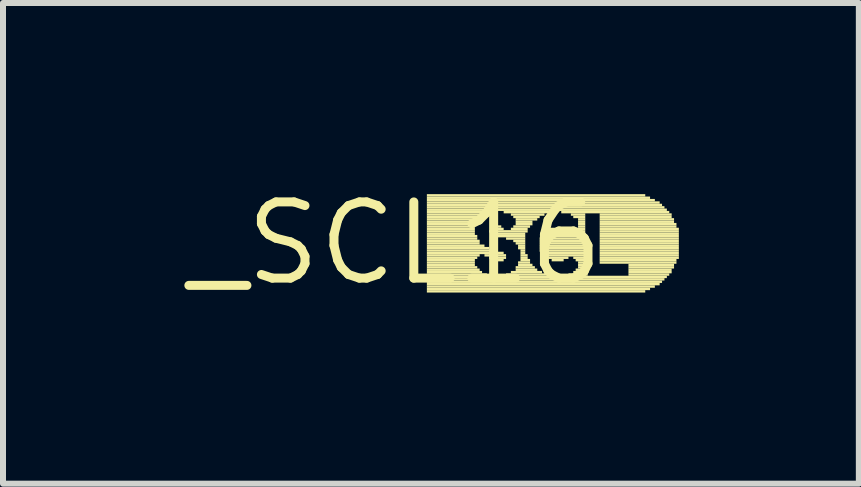
<source format=kicad_pcb>
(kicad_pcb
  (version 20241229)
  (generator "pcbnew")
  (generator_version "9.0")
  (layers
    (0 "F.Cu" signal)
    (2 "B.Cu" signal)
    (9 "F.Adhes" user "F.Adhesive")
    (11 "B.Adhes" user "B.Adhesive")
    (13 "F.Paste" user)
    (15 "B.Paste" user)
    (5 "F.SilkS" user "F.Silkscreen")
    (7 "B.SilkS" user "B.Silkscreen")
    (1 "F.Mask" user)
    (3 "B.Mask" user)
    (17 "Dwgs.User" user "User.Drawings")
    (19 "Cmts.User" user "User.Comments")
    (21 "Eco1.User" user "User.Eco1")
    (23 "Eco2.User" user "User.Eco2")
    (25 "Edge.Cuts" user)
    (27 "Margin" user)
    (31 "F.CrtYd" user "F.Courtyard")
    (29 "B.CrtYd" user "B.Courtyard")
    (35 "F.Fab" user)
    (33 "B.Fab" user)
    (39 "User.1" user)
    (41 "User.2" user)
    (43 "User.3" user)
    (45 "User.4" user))
  (footprint "_SCL16"
    (layer "F.Cu")
    (at 3.545 1.006)
    (property "Reference" "_SCL16" (at 0 0 0) (layer "F.SilkS") (effects (font (size 1.27 1.27) (thickness 0.15))))
    (fp_poly (pts (xy 0.52 -0.78) (xy 4.16 -0.78) (xy 4.16 -0.82) (xy 0.52 -0.82)) (stroke (width 0) (type default)) (fill yes) (layer "F.SilkS"))
    (fp_poly (pts (xy 0.52 -0.74) (xy 4.24 -0.74) (xy 4.24 -0.78) (xy 0.52 -0.78)) (stroke (width 0) (type default)) (fill yes) (layer "F.SilkS"))
    (fp_poly (pts (xy 0.52 -0.7) (xy 4.32 -0.7) (xy 4.32 -0.74) (xy 0.52 -0.74)) (stroke (width 0) (type default)) (fill yes) (layer "F.SilkS"))
    (fp_poly (pts (xy 0.52 -0.66) (xy 4.4 -0.66) (xy 4.4 -0.7) (xy 0.52 -0.7)) (stroke (width 0) (type default)) (fill yes) (layer "F.SilkS"))
    (fp_poly (pts (xy 0.52 -0.62) (xy 4.44 -0.62) (xy 4.44 -0.66) (xy 0.52 -0.66)) (stroke (width 0) (type default)) (fill yes) (layer "F.SilkS"))
    (fp_poly (pts (xy 0.52 -0.58) (xy 4.48 -0.58) (xy 4.48 -0.62) (xy 0.52 -0.62)) (stroke (width 0) (type default)) (fill yes) (layer "F.SilkS"))
    (fp_poly (pts (xy 0.52 -0.54) (xy 4.52 -0.54) (xy 4.52 -0.58) (xy 0.52 -0.58)) (stroke (width 0) (type default)) (fill yes) (layer "F.SilkS"))
    (fp_poly (pts (xy 0.52 -0.5) (xy 1.56 -0.5) (xy 1.56 -0.54) (xy 0.52 -0.54)) (stroke (width 0) (type default)) (fill yes) (layer "F.SilkS"))
    (fp_poly (pts (xy 0.52 -0.46) (xy 1.48 -0.46) (xy 1.48 -0.5) (xy 0.52 -0.5)) (stroke (width 0) (type default)) (fill yes) (layer "F.SilkS"))
    (fp_poly (pts (xy 0.52 -0.42) (xy 1.44 -0.42) (xy 1.44 -0.46) (xy 0.52 -0.46)) (stroke (width 0) (type default)) (fill yes) (layer "F.SilkS"))
    (fp_poly (pts (xy 0.52 -0.38) (xy 1.4 -0.38) (xy 1.4 -0.42) (xy 0.52 -0.42)) (stroke (width 0) (type default)) (fill yes) (layer "F.SilkS"))
    (fp_poly (pts (xy 0.52 -0.34) (xy 1.36 -0.34) (xy 1.36 -0.38) (xy 0.52 -0.38)) (stroke (width 0) (type default)) (fill yes) (layer "F.SilkS"))
    (fp_poly (pts (xy 0.52 -0.3) (xy 1.36 -0.3) (xy 1.36 -0.34) (xy 0.52 -0.34)) (stroke (width 0) (type default)) (fill yes) (layer "F.SilkS"))
    (fp_poly (pts (xy 0.52 -0.26) (xy 1.32 -0.26) (xy 1.32 -0.3) (xy 0.52 -0.3)) (stroke (width 0) (type default)) (fill yes) (layer "F.SilkS"))
    (fp_poly (pts (xy 0.52 -0.22) (xy 1.32 -0.22) (xy 1.32 -0.26) (xy 0.52 -0.26)) (stroke (width 0) (type default)) (fill yes) (layer "F.SilkS"))
    (fp_poly (pts (xy 0.52 -0.18) (xy 1.32 -0.18) (xy 1.32 -0.22) (xy 0.52 -0.22)) (stroke (width 0) (type default)) (fill yes) (layer "F.SilkS"))
    (fp_poly (pts (xy 0.52 -0.14) (xy 1.32 -0.14) (xy 1.32 -0.18) (xy 0.52 -0.18)) (stroke (width 0) (type default)) (fill yes) (layer "F.SilkS"))
    (fp_poly (pts (xy 0.52 -0.1) (xy 1.36 -0.1) (xy 1.36 -0.14) (xy 0.52 -0.14)) (stroke (width 0) (type default)) (fill yes) (layer "F.SilkS"))
    (fp_poly (pts (xy 0.52 -0.06) (xy 1.36 -0.06) (xy 1.36 -0.1) (xy 0.52 -0.1)) (stroke (width 0) (type default)) (fill yes) (layer "F.SilkS"))
    (fp_poly (pts (xy 0.52 -0.02) (xy 1.4 -0.02) (xy 1.4 -0.06) (xy 0.52 -0.06)) (stroke (width 0) (type default)) (fill yes) (layer "F.SilkS"))
    (fp_poly (pts (xy 0.52 0.02) (xy 1.4 0.02) (xy 1.4 -0.02) (xy 0.52 -0.02)) (stroke (width 0) (type default)) (fill yes) (layer "F.SilkS"))
    (fp_poly (pts (xy 0.52 0.06) (xy 1.48 0.06) (xy 1.48 0.02) (xy 0.52 0.02)) (stroke (width 0) (type default)) (fill yes) (layer "F.SilkS"))
    (fp_poly (pts (xy 0.52 0.1) (xy 1.56 0.1) (xy 1.56 0.06) (xy 0.52 0.06)) (stroke (width 0) (type default)) (fill yes) (layer "F.SilkS"))
    (fp_poly (pts (xy 0.52 0.14) (xy 1.68 0.14) (xy 1.68 0.1) (xy 0.52 0.1)) (stroke (width 0) (type default)) (fill yes) (layer "F.SilkS"))
    (fp_poly (pts (xy 0.52 0.18) (xy 1.8 0.18) (xy 1.8 0.14) (xy 0.52 0.14)) (stroke (width 0) (type default)) (fill yes) (layer "F.SilkS"))
    (fp_poly (pts (xy 0.52 0.22) (xy 1.4 0.22) (xy 1.4 0.18) (xy 0.52 0.18)) (stroke (width 0) (type default)) (fill yes) (layer "F.SilkS"))
    (fp_poly (pts (xy 0.52 0.26) (xy 1.36 0.26) (xy 1.36 0.22) (xy 0.52 0.22)) (stroke (width 0) (type default)) (fill yes) (layer "F.SilkS"))
    (fp_poly (pts (xy 0.52 0.3) (xy 1.32 0.3) (xy 1.32 0.26) (xy 0.52 0.26)) (stroke (width 0) (type default)) (fill yes) (layer "F.SilkS"))
    (fp_poly (pts (xy 0.52 0.34) (xy 1.32 0.34) (xy 1.32 0.3) (xy 0.52 0.3)) (stroke (width 0) (type default)) (fill yes) (layer "F.SilkS"))
    (fp_poly (pts (xy 0.52 0.38) (xy 1.32 0.38) (xy 1.32 0.34) (xy 0.52 0.34)) (stroke (width 0) (type default)) (fill yes) (layer "F.SilkS"))
    (fp_poly (pts (xy 0.52 0.42) (xy 1.36 0.42) (xy 1.36 0.38) (xy 0.52 0.38)) (stroke (width 0) (type default)) (fill yes) (layer "F.SilkS"))
    (fp_poly (pts (xy 0.52 0.46) (xy 1.4 0.46) (xy 1.4 0.42) (xy 0.52 0.42)) (stroke (width 0) (type default)) (fill yes) (layer "F.SilkS"))
    (fp_poly (pts (xy 0.52 0.5) (xy 1.44 0.5) (xy 1.44 0.46) (xy 0.52 0.46)) (stroke (width 0) (type default)) (fill yes) (layer "F.SilkS"))
    (fp_poly (pts (xy 0.52 0.54) (xy 1.52 0.54) (xy 1.52 0.5) (xy 0.52 0.5)) (stroke (width 0) (type default)) (fill yes) (layer "F.SilkS"))
    (fp_poly (pts (xy 0.52 0.58) (xy 4.52 0.58) (xy 4.52 0.54) (xy 0.52 0.54)) (stroke (width 0) (type default)) (fill yes) (layer "F.SilkS"))
    (fp_poly (pts (xy 0.52 0.62) (xy 4.48 0.62) (xy 4.48 0.58) (xy 0.52 0.58)) (stroke (width 0) (type default)) (fill yes) (layer "F.SilkS"))
    (fp_poly (pts (xy 0.52 0.66) (xy 4.44 0.66) (xy 4.44 0.62) (xy 0.52 0.62)) (stroke (width 0) (type default)) (fill yes) (layer "F.SilkS"))
    (fp_poly (pts (xy 0.52 0.7) (xy 4.4 0.7) (xy 4.4 0.66) (xy 0.52 0.66)) (stroke (width 0) (type default)) (fill yes) (layer "F.SilkS"))
    (fp_poly (pts (xy 0.52 0.74) (xy 4.32 0.74) (xy 4.32 0.7) (xy 0.52 0.7)) (stroke (width 0) (type default)) (fill yes) (layer "F.SilkS"))
    (fp_poly (pts (xy 0.52 0.78) (xy 4.24 0.78) (xy 4.24 0.74) (xy 0.52 0.74)) (stroke (width 0) (type default)) (fill yes) (layer "F.SilkS"))
    (fp_poly (pts (xy 0.52 0.82) (xy 4.16 0.82) (xy 4.16 0.78) (xy 0.52 0.78)) (stroke (width 0) (type default)) (fill yes) (layer "F.SilkS"))
    (fp_poly (pts (xy 1.48 0.22) (xy 1.84 0.22) (xy 1.84 0.18) (xy 1.48 0.18)) (stroke (width 0) (type default)) (fill yes) (layer "F.SilkS"))
    (fp_poly (pts (xy 1.56 -0.18) (xy 2.2 -0.18) (xy 2.2 -0.22) (xy 1.56 -0.22)) (stroke (width 0) (type default)) (fill yes) (layer "F.SilkS"))
    (fp_poly (pts (xy 1.56 0.26) (xy 1.84 0.26) (xy 1.84 0.22) (xy 1.56 0.22)) (stroke (width 0) (type default)) (fill yes) (layer "F.SilkS"))
    (fp_poly (pts (xy 1.6 -0.26) (xy 1.76 -0.26) (xy 1.76 -0.3) (xy 1.6 -0.3)) (stroke (width 0) (type default)) (fill yes) (layer "F.SilkS"))
    (fp_poly (pts (xy 1.6 -0.22) (xy 1.8 -0.22) (xy 1.8 -0.26) (xy 1.6 -0.26)) (stroke (width 0) (type default)) (fill yes) (layer "F.SilkS"))
    (fp_poly (pts (xy 1.6 -0.14) (xy 2.16 -0.14) (xy 2.16 -0.18) (xy 1.6 -0.18)) (stroke (width 0) (type default)) (fill yes) (layer "F.SilkS"))
    (fp_poly (pts (xy 1.6 0.3) (xy 1.8 0.3) (xy 1.8 0.26) (xy 1.6 0.26)) (stroke (width 0) (type default)) (fill yes) (layer "F.SilkS"))
    (fp_poly (pts (xy 1.68 -0.1) (xy 2.16 -0.1) (xy 2.16 -0.14) (xy 1.68 -0.14)) (stroke (width 0) (type default)) (fill yes) (layer "F.SilkS"))
    (fp_poly (pts (xy 1.8 -0.5) (xy 2.64 -0.5) (xy 2.64 -0.54) (xy 1.8 -0.54)) (stroke (width 0) (type default)) (fill yes) (layer "F.SilkS"))
    (fp_poly (pts (xy 1.84 -0.06) (xy 2.16 -0.06) (xy 2.16 -0.1) (xy 1.84 -0.1)) (stroke (width 0) (type default)) (fill yes) (layer "F.SilkS"))
    (fp_poly (pts (xy 1.84 0.54) (xy 2.52 0.54) (xy 2.52 0.5) (xy 1.84 0.5)) (stroke (width 0) (type default)) (fill yes) (layer "F.SilkS"))
    (fp_poly (pts (xy 1.92 -0.46) (xy 2.48 -0.46) (xy 2.48 -0.5) (xy 1.92 -0.5)) (stroke (width 0) (type default)) (fill yes) (layer "F.SilkS"))
    (fp_poly (pts (xy 1.92 -0.22) (xy 2.2 -0.22) (xy 2.2 -0.26) (xy 1.92 -0.26)) (stroke (width 0) (type default)) (fill yes) (layer "F.SilkS"))
    (fp_poly (pts (xy 1.92 0.5) (xy 2.44 0.5) (xy 2.44 0.46) (xy 1.92 0.46)) (stroke (width 0) (type default)) (fill yes) (layer "F.SilkS"))
    (fp_poly (pts (xy 1.96 -0.42) (xy 2.4 -0.42) (xy 2.4 -0.46) (xy 1.96 -0.46)) (stroke (width 0) (type default)) (fill yes) (layer "F.SilkS"))
    (fp_poly (pts (xy 1.96 -0.26) (xy 2.24 -0.26) (xy 2.24 -0.3) (xy 1.96 -0.3)) (stroke (width 0) (type default)) (fill yes) (layer "F.SilkS"))
    (fp_poly (pts (xy 1.96 -0.02) (xy 2.16 -0.02) (xy 2.16 -0.06) (xy 1.96 -0.06)) (stroke (width 0) (type default)) (fill yes) (layer "F.SilkS"))
    (fp_poly (pts (xy 2 -0.38) (xy 2.36 -0.38) (xy 2.36 -0.42) (xy 2 -0.42)) (stroke (width 0) (type default)) (fill yes) (layer "F.SilkS"))
    (fp_poly (pts (xy 2 -0.34) (xy 2.28 -0.34) (xy 2.28 -0.38) (xy 2 -0.38)) (stroke (width 0) (type default)) (fill yes) (layer "F.SilkS"))
    (fp_poly (pts (xy 2 -0.3) (xy 2.28 -0.3) (xy 2.28 -0.34) (xy 2 -0.34)) (stroke (width 0) (type default)) (fill yes) (layer "F.SilkS"))
    (fp_poly (pts (xy 2 0.02) (xy 2.16 0.02) (xy 2.16 -0.02) (xy 2 -0.02)) (stroke (width 0) (type default)) (fill yes) (layer "F.SilkS"))
    (fp_poly (pts (xy 2 0.42) (xy 2.32 0.42) (xy 2.32 0.38) (xy 2 0.38)) (stroke (width 0) (type default)) (fill yes) (layer "F.SilkS"))
    (fp_poly (pts (xy 2 0.46) (xy 2.36 0.46) (xy 2.36 0.42) (xy 2 0.42)) (stroke (width 0) (type default)) (fill yes) (layer "F.SilkS"))
    (fp_poly (pts (xy 2.04 0.06) (xy 2.16 0.06) (xy 2.16 0.02) (xy 2.04 0.02)) (stroke (width 0) (type default)) (fill yes) (layer "F.SilkS"))
    (fp_poly (pts (xy 2.04 0.1) (xy 2.16 0.1) (xy 2.16 0.06) (xy 2.04 0.06)) (stroke (width 0) (type default)) (fill yes) (layer "F.SilkS"))
    (fp_poly (pts (xy 2.04 0.34) (xy 2.24 0.34) (xy 2.24 0.3) (xy 2.04 0.3)) (stroke (width 0) (type default)) (fill yes) (layer "F.SilkS"))
    (fp_poly (pts (xy 2.04 0.38) (xy 2.28 0.38) (xy 2.28 0.34) (xy 2.04 0.34)) (stroke (width 0) (type default)) (fill yes) (layer "F.SilkS"))
    (fp_poly (pts (xy 2.08 0.14) (xy 2.16 0.14) (xy 2.16 0.1) (xy 2.08 0.1)) (stroke (width 0) (type default)) (fill yes) (layer "F.SilkS"))
    (fp_poly (pts (xy 2.08 0.18) (xy 2.16 0.18) (xy 2.16 0.14) (xy 2.08 0.14)) (stroke (width 0) (type default)) (fill yes) (layer "F.SilkS"))
    (fp_poly (pts (xy 2.08 0.22) (xy 2.2 0.22) (xy 2.2 0.18) (xy 2.08 0.18)) (stroke (width 0) (type default)) (fill yes) (layer "F.SilkS"))
    (fp_poly (pts (xy 2.08 0.26) (xy 2.2 0.26) (xy 2.2 0.22) (xy 2.08 0.22)) (stroke (width 0) (type default)) (fill yes) (layer "F.SilkS"))
    (fp_poly (pts (xy 2.08 0.3) (xy 2.24 0.3) (xy 2.24 0.26) (xy 2.08 0.26)) (stroke (width 0) (type default)) (fill yes) (layer "F.SilkS"))
    (fp_poly (pts (xy 2.4 -0.06) (xy 3.16 -0.06) (xy 3.16 -0.1) (xy 2.4 -0.1)) (stroke (width 0) (type default)) (fill yes) (layer "F.SilkS"))
    (fp_poly (pts (xy 2.4 -0.02) (xy 3.16 -0.02) (xy 3.16 -0.06) (xy 2.4 -0.06)) (stroke (width 0) (type default)) (fill yes) (layer "F.SilkS"))
    (fp_poly (pts (xy 2.4 0.02) (xy 3.16 0.02) (xy 3.16 -0.02) (xy 2.4 -0.02)) (stroke (width 0) (type default)) (fill yes) (layer "F.SilkS"))
    (fp_poly (pts (xy 2.4 0.06) (xy 3.16 0.06) (xy 3.16 0.02) (xy 2.4 0.02)) (stroke (width 0) (type default)) (fill yes) (layer "F.SilkS"))
    (fp_poly (pts (xy 2.4 0.1) (xy 3.16 0.1) (xy 3.16 0.06) (xy 2.4 0.06)) (stroke (width 0) (type default)) (fill yes) (layer "F.SilkS"))
    (fp_poly (pts (xy 2.4 0.14) (xy 3.16 0.14) (xy 3.16 0.1) (xy 2.4 0.1)) (stroke (width 0) (type default)) (fill yes) (layer "F.SilkS"))
    (fp_poly (pts (xy 2.44 -0.14) (xy 3.16 -0.14) (xy 3.16 -0.18) (xy 2.44 -0.18)) (stroke (width 0) (type default)) (fill yes) (layer "F.SilkS"))
    (fp_poly (pts (xy 2.44 -0.1) (xy 3.16 -0.1) (xy 3.16 -0.14) (xy 2.44 -0.14)) (stroke (width 0) (type default)) (fill yes) (layer "F.SilkS"))
    (fp_poly (pts (xy 2.44 0.18) (xy 3.16 0.18) (xy 3.16 0.14) (xy 2.44 0.14)) (stroke (width 0) (type default)) (fill yes) (layer "F.SilkS"))
    (fp_poly (pts (xy 2.48 -0.18) (xy 2.88 -0.18) (xy 2.88 -0.22) (xy 2.48 -0.22)) (stroke (width 0) (type default)) (fill yes) (layer "F.SilkS"))
    (fp_poly (pts (xy 2.48 0.22) (xy 3.16 0.22) (xy 3.16 0.18) (xy 2.48 0.18)) (stroke (width 0) (type default)) (fill yes) (layer "F.SilkS"))
    (fp_poly (pts (xy 2.52 0.26) (xy 2.88 0.26) (xy 2.88 0.22) (xy 2.52 0.22)) (stroke (width 0) (type default)) (fill yes) (layer "F.SilkS"))
    (fp_poly (pts (xy 2.56 -0.22) (xy 2.84 -0.22) (xy 2.84 -0.26) (xy 2.56 -0.26)) (stroke (width 0) (type default)) (fill yes) (layer "F.SilkS"))
    (fp_poly (pts (xy 2.6 0.3) (xy 2.8 0.3) (xy 2.8 0.26) (xy 2.6 0.26)) (stroke (width 0) (type default)) (fill yes) (layer "F.SilkS"))
    (fp_poly (pts (xy 2.76 -0.5) (xy 4.56 -0.5) (xy 4.56 -0.54) (xy 2.76 -0.54)) (stroke (width 0) (type default)) (fill yes) (layer "F.SilkS"))
    (fp_poly (pts (xy 2.88 0.54) (xy 3.2 0.54) (xy 3.2 0.5) (xy 2.88 0.5)) (stroke (width 0) (type default)) (fill yes) (layer "F.SilkS"))
    (fp_poly (pts (xy 2.92 -0.46) (xy 3.16 -0.46) (xy 3.16 -0.5) (xy 2.92 -0.5)) (stroke (width 0) (type default)) (fill yes) (layer "F.SilkS"))
    (fp_poly (pts (xy 2.96 -0.42) (xy 3.16 -0.42) (xy 3.16 -0.46) (xy 2.96 -0.46)) (stroke (width 0) (type default)) (fill yes) (layer "F.SilkS"))
    (fp_poly (pts (xy 2.96 -0.18) (xy 3.16 -0.18) (xy 3.16 -0.22) (xy 2.96 -0.22)) (stroke (width 0) (type default)) (fill yes) (layer "F.SilkS"))
    (fp_poly (pts (xy 2.96 0.26) (xy 3.16 0.26) (xy 3.16 0.22) (xy 2.96 0.22)) (stroke (width 0) (type default)) (fill yes) (layer "F.SilkS"))
    (fp_poly (pts (xy 2.96 0.5) (xy 3.16 0.5) (xy 3.16 0.46) (xy 2.96 0.46)) (stroke (width 0) (type default)) (fill yes) (layer "F.SilkS"))
    (fp_poly (pts (xy 3 -0.22) (xy 3.16 -0.22) (xy 3.16 -0.26) (xy 3 -0.26)) (stroke (width 0) (type default)) (fill yes) (layer "F.SilkS"))
    (fp_poly (pts (xy 3 0.3) (xy 3.16 0.3) (xy 3.16 0.26) (xy 3 0.26)) (stroke (width 0) (type default)) (fill yes) (layer "F.SilkS"))
    (fp_poly (pts (xy 3 0.46) (xy 3.16 0.46) (xy 3.16 0.42) (xy 3 0.42)) (stroke (width 0) (type default)) (fill yes) (layer "F.SilkS"))
    (fp_poly (pts (xy 3.04 -0.38) (xy 3.16 -0.38) (xy 3.16 -0.42) (xy 3.04 -0.42)) (stroke (width 0) (type default)) (fill yes) (layer "F.SilkS"))
    (fp_poly (pts (xy 3.04 -0.34) (xy 3.16 -0.34) (xy 3.16 -0.38) (xy 3.04 -0.38)) (stroke (width 0) (type default)) (fill yes) (layer "F.SilkS"))
    (fp_poly (pts (xy 3.04 -0.3) (xy 3.16 -0.3) (xy 3.16 -0.34) (xy 3.04 -0.34)) (stroke (width 0) (type default)) (fill yes) (layer "F.SilkS"))
    (fp_poly (pts (xy 3.04 -0.26) (xy 3.16 -0.26) (xy 3.16 -0.3) (xy 3.04 -0.3)) (stroke (width 0) (type default)) (fill yes) (layer "F.SilkS"))
    (fp_poly (pts (xy 3.04 0.34) (xy 3.16 0.34) (xy 3.16 0.3) (xy 3.04 0.3)) (stroke (width 0) (type default)) (fill yes) (layer "F.SilkS"))
    (fp_poly (pts (xy 3.04 0.38) (xy 3.16 0.38) (xy 3.16 0.34) (xy 3.04 0.34)) (stroke (width 0) (type default)) (fill yes) (layer "F.SilkS"))
    (fp_poly (pts (xy 3.04 0.42) (xy 3.16 0.42) (xy 3.16 0.38) (xy 3.04 0.38)) (stroke (width 0) (type default)) (fill yes) (layer "F.SilkS"))
    (fp_poly (pts (xy 3.4 -0.46) (xy 4.6 -0.46) (xy 4.6 -0.5) (xy 3.4 -0.5)) (stroke (width 0) (type default)) (fill yes) (layer "F.SilkS"))
    (fp_poly (pts (xy 3.4 -0.42) (xy 4.6 -0.42) (xy 4.6 -0.46) (xy 3.4 -0.46)) (stroke (width 0) (type default)) (fill yes) (layer "F.SilkS"))
    (fp_poly (pts (xy 3.4 -0.38) (xy 4.64 -0.38) (xy 4.64 -0.42) (xy 3.4 -0.42)) (stroke (width 0) (type default)) (fill yes) (layer "F.SilkS"))
    (fp_poly (pts (xy 3.4 -0.34) (xy 4.64 -0.34) (xy 4.64 -0.38) (xy 3.4 -0.38)) (stroke (width 0) (type default)) (fill yes) (layer "F.SilkS"))
    (fp_poly (pts (xy 3.4 -0.3) (xy 4.68 -0.3) (xy 4.68 -0.34) (xy 3.4 -0.34)) (stroke (width 0) (type default)) (fill yes) (layer "F.SilkS"))
    (fp_poly (pts (xy 3.4 -0.26) (xy 4.68 -0.26) (xy 4.68 -0.3) (xy 3.4 -0.3)) (stroke (width 0) (type default)) (fill yes) (layer "F.SilkS"))
    (fp_poly (pts (xy 3.4 -0.22) (xy 4.72 -0.22) (xy 4.72 -0.26) (xy 3.4 -0.26)) (stroke (width 0) (type default)) (fill yes) (layer "F.SilkS"))
    (fp_poly (pts (xy 3.4 -0.18) (xy 4.72 -0.18) (xy 4.72 -0.22) (xy 3.4 -0.22)) (stroke (width 0) (type default)) (fill yes) (layer "F.SilkS"))
    (fp_poly (pts (xy 3.4 -0.14) (xy 4.72 -0.14) (xy 4.72 -0.18) (xy 3.4 -0.18)) (stroke (width 0) (type default)) (fill yes) (layer "F.SilkS"))
    (fp_poly (pts (xy 3.4 -0.1) (xy 4.72 -0.1) (xy 4.72 -0.14) (xy 3.4 -0.14)) (stroke (width 0) (type default)) (fill yes) (layer "F.SilkS"))
    (fp_poly (pts (xy 3.4 -0.06) (xy 4.72 -0.06) (xy 4.72 -0.1) (xy 3.4 -0.1)) (stroke (width 0) (type default)) (fill yes) (layer "F.SilkS"))
    (fp_poly (pts (xy 3.4 -0.02) (xy 4.72 -0.02) (xy 4.72 -0.06) (xy 3.4 -0.06)) (stroke (width 0) (type default)) (fill yes) (layer "F.SilkS"))
    (fp_poly (pts (xy 3.4 0.02) (xy 4.72 0.02) (xy 4.72 -0.02) (xy 3.4 -0.02)) (stroke (width 0) (type default)) (fill yes) (layer "F.SilkS"))
    (fp_poly (pts (xy 3.4 0.06) (xy 4.72 0.06) (xy 4.72 0.02) (xy 3.4 0.02)) (stroke (width 0) (type default)) (fill yes) (layer "F.SilkS"))
    (fp_poly (pts (xy 3.4 0.1) (xy 4.72 0.1) (xy 4.72 0.06) (xy 3.4 0.06)) (stroke (width 0) (type default)) (fill yes) (layer "F.SilkS"))
    (fp_poly (pts (xy 3.4 0.14) (xy 4.72 0.14) (xy 4.72 0.1) (xy 3.4 0.1)) (stroke (width 0) (type default)) (fill yes) (layer "F.SilkS"))
    (fp_poly (pts (xy 3.4 0.18) (xy 4.72 0.18) (xy 4.72 0.14) (xy 3.4 0.14)) (stroke (width 0) (type default)) (fill yes) (layer "F.SilkS"))
    (fp_poly (pts (xy 3.4 0.22) (xy 4.72 0.22) (xy 4.72 0.18) (xy 3.4 0.18)) (stroke (width 0) (type default)) (fill yes) (layer "F.SilkS"))
    (fp_poly (pts (xy 3.4 0.26) (xy 4.72 0.26) (xy 4.72 0.22) (xy 3.4 0.22)) (stroke (width 0) (type default)) (fill yes) (layer "F.SilkS"))
    (fp_poly (pts (xy 3.4 0.3) (xy 4.68 0.3) (xy 4.68 0.26) (xy 3.4 0.26)) (stroke (width 0) (type default)) (fill yes) (layer "F.SilkS"))
    (fp_poly (pts (xy 3.4 0.34) (xy 4.68 0.34) (xy 4.68 0.3) (xy 3.4 0.3)) (stroke (width 0) (type default)) (fill yes) (layer "F.SilkS"))
    (fp_poly (pts (xy 3.88 0.38) (xy 4.64 0.38) (xy 4.64 0.34) (xy 3.88 0.34)) (stroke (width 0) (type default)) (fill yes) (layer "F.SilkS"))
    (fp_poly (pts (xy 3.88 0.42) (xy 4.64 0.42) (xy 4.64 0.38) (xy 3.88 0.38)) (stroke (width 0) (type default)) (fill yes) (layer "F.SilkS"))
    (fp_poly (pts (xy 3.88 0.46) (xy 4.6 0.46) (xy 4.6 0.42) (xy 3.88 0.42)) (stroke (width 0) (type default)) (fill yes) (layer "F.SilkS"))
    (fp_poly (pts (xy 3.88 0.5) (xy 4.6 0.5) (xy 4.6 0.46) (xy 3.88 0.46)) (stroke (width 0) (type default)) (fill yes) (layer "F.SilkS"))
    (fp_poly (pts (xy 3.88 0.54) (xy 4.56 0.54) (xy 4.56 0.5) (xy 3.88 0.5)) (stroke (width 0) (type default)) (fill yes) (layer "F.SilkS")))
  (gr_rect
    (start -3 -3)
    (end 11.265 5.012)
    (stroke (width 0.1) (type default))
    (fill no)
    (layer "Edge.Cuts")))
</source>
